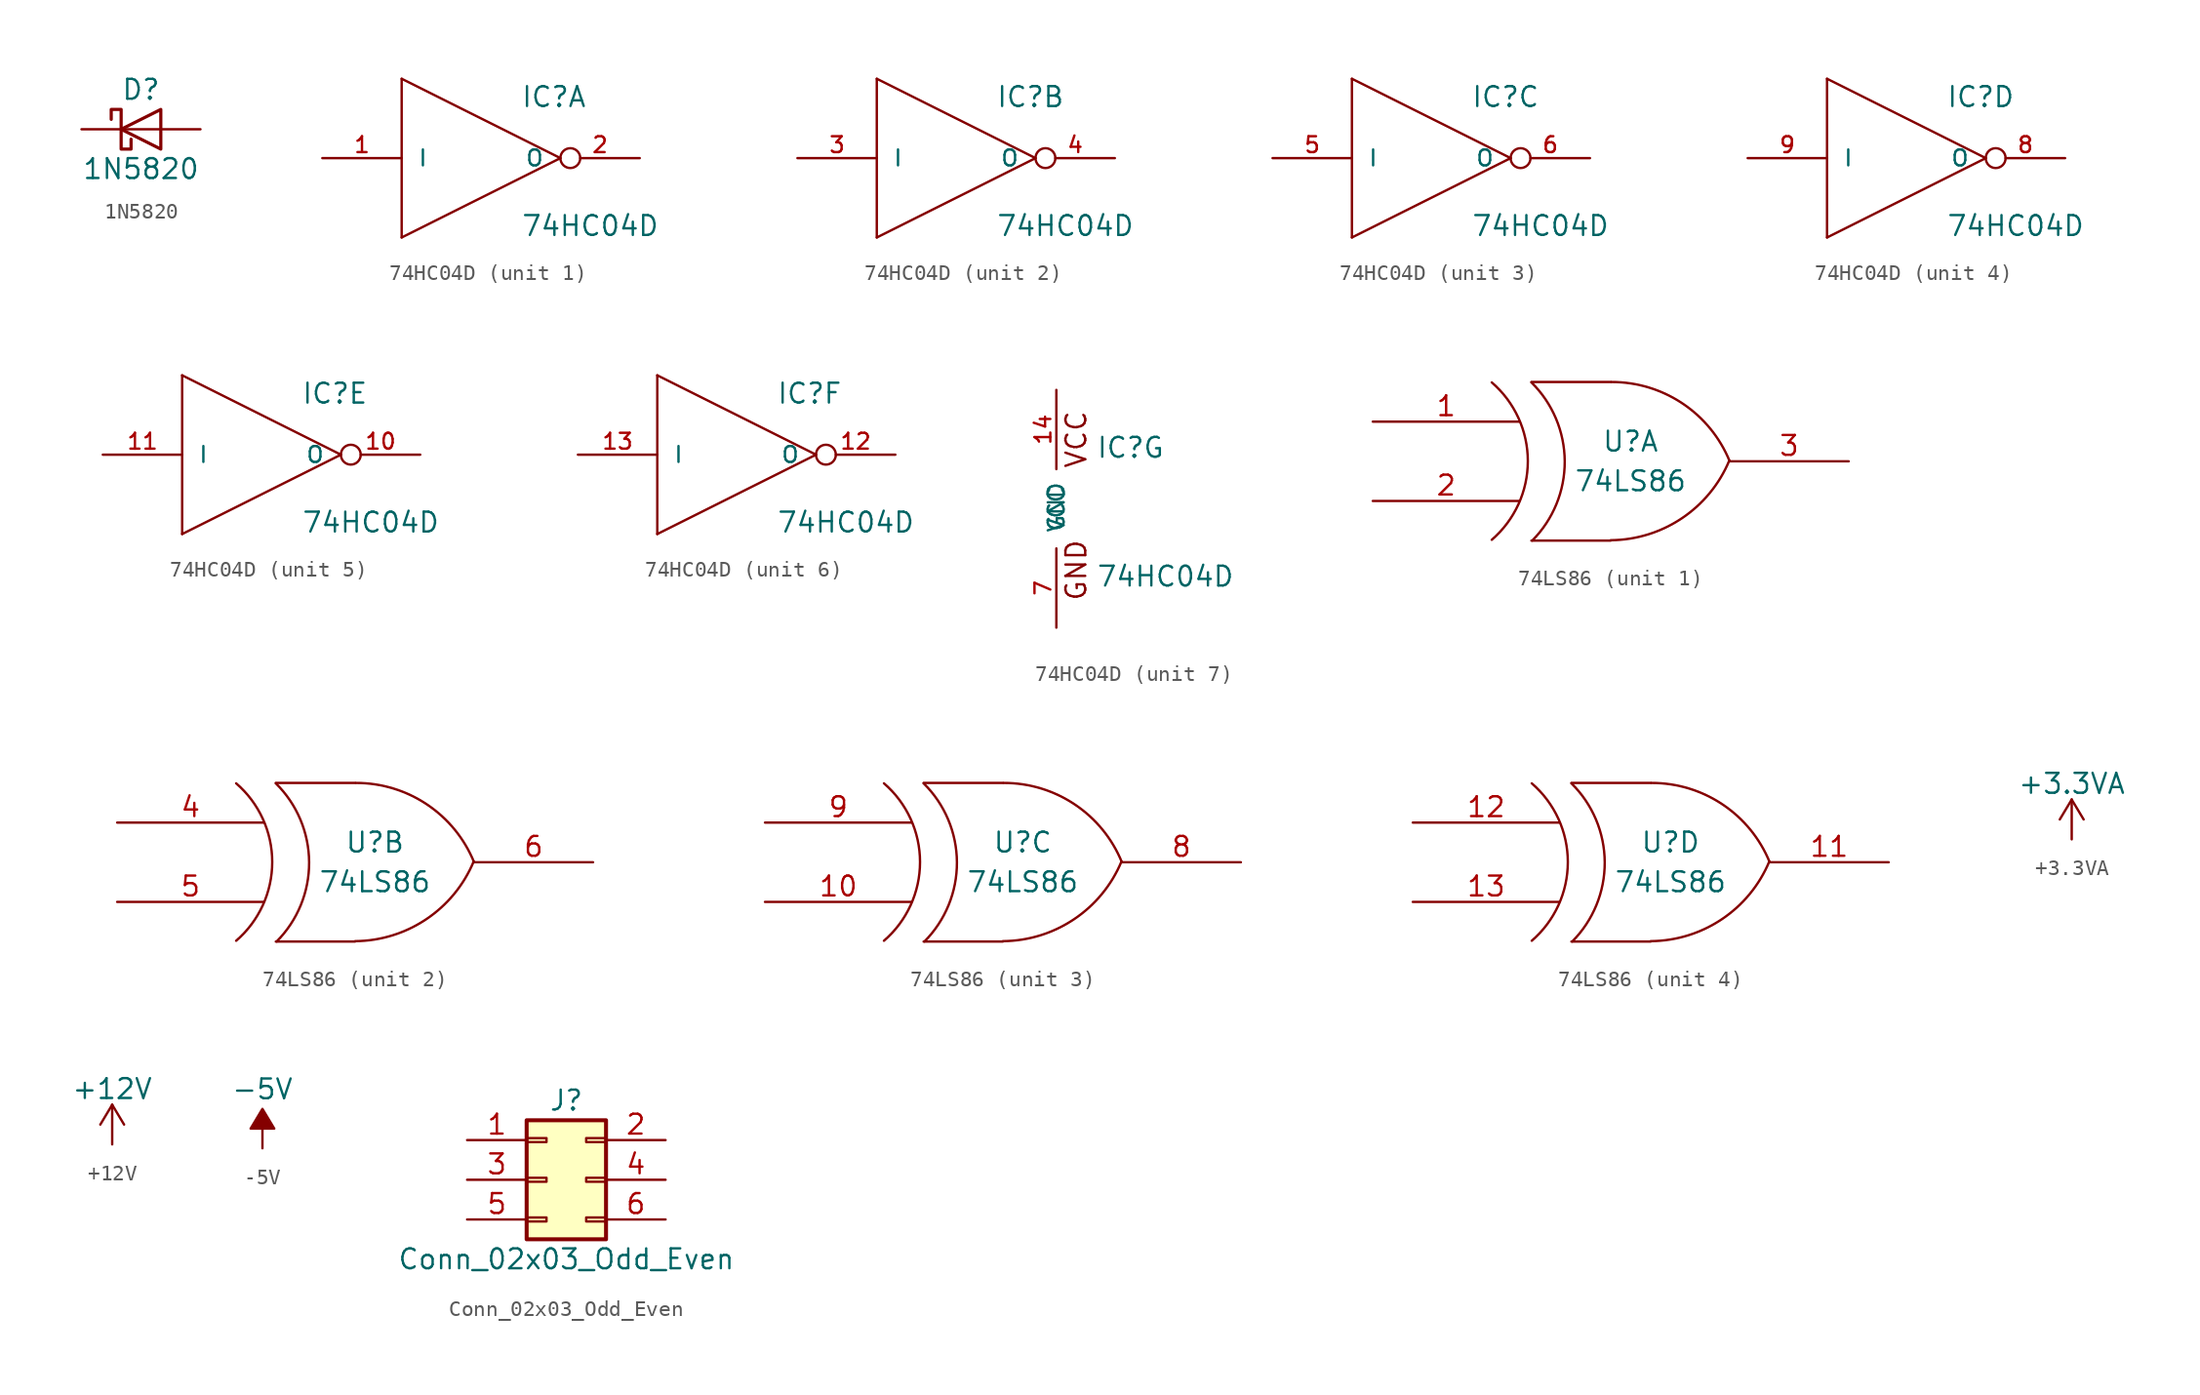
<source format=kicad_sym>
(kicad_symbol_lib
  (version 20231120)
  (generator "kicad_symbol_editor")
  (generator_version "8.0")
  (symbol "1N5820"
    (pin_numbers hide)
    (pin_names
      (offset 1.016) hide)
    (property "Reference" "D"
      (at 0 2.54 0)
      (effects (font (size 1.27 1.27))))
    (property "Value" "1N5820"
      (at 0 -2.54 0)
      (effects (font (size 1.27 1.27))))
    (symbol "1N5820_0_1"
      (polyline (pts (xy 1.27 0) (xy -1.27 0)) (stroke (width 0) (type solid)) (fill (type none)))
      (polyline (pts (xy 1.27 1.27) (xy 1.27 -1.27) (xy -1.27 0) (xy 1.27 1.27)) (stroke (width 0.203) (type solid)) (fill (type none)))
      (polyline (pts (xy -1.905 0.635) (xy -1.905 1.27) (xy -1.27 1.27) (xy -1.27 -1.27) (xy -0.635 -1.27) (xy -0.635 -0.635)) (stroke (width 0.203) (type solid)) (fill (type none))))
    (symbol "1N5820_1_1"
      (pin passive line (at -3.81 0 0) (length 2.54) (name "K" (effects (font (size 1.27 1.27)))) (number "1" (effects (font (size 1.27 1.27)))))
      (pin passive line (at 3.81 0 180) (length 2.54) (name "A" (effects (font (size 1.27 1.27)))) (number "2" (effects (font (size 1.27 1.27)))))))
  (symbol "74HC04D"
    (pin_names
      (offset 1.016))
    (property "Reference" "IC"
      (at 2.54 3.175 0)
      (effects (font (size 1.27 1.27)) (justify left bottom)))
    (property "Value" "74HC04D"
      (at 2.54 -5.08 0)
      (effects (font (size 1.27 1.27)) (justify left bottom)))
    (property "ki_locked" ""
      (at 0 0 0)
      (effects (font (size 1.27 1.27))))
    (symbol "74HC04D_1_0"
      (polyline (pts (xy -5.08 -5.08) (xy -5.08 5.08)) (stroke (width 0) (type solid)) (fill (type none)))
      (polyline (pts (xy -5.08 5.08) (xy 5.08 0)) (stroke (width 0) (type solid)) (fill (type none)))
      (polyline (pts (xy 5.08 0) (xy -5.08 -5.08)) (stroke (width 0) (type solid)) (fill (type none))))
    (symbol "74HC04D_1_1"
      (pin input line (at -10.16 0 0) (length 5.08) (name "I" (effects (font (size 1.016 1.016)))) (number "1" (effects (font (size 1.016 1.016)))))
      (pin output inverted (at 10.16 0 180) (length 5.08) (name "O" (effects (font (size 1.016 1.016)))) (number "2" (effects (font (size 1.016 1.016))))))
    (symbol "74HC04D_2_0"
      (polyline (pts (xy -5.08 -5.08) (xy -5.08 5.08)) (stroke (width 0) (type solid)) (fill (type none)))
      (polyline (pts (xy -5.08 5.08) (xy 5.08 0)) (stroke (width 0) (type solid)) (fill (type none)))
      (polyline (pts (xy 5.08 0) (xy -5.08 -5.08)) (stroke (width 0) (type solid)) (fill (type none))))
    (symbol "74HC04D_2_1"
      (pin input line (at -10.16 0 0) (length 5.08) (name "I" (effects (font (size 1.016 1.016)))) (number "3" (effects (font (size 1.016 1.016)))))
      (pin output inverted (at 10.16 0 180) (length 5.08) (name "O" (effects (font (size 1.016 1.016)))) (number "4" (effects (font (size 1.016 1.016))))))
    (symbol "74HC04D_3_0"
      (polyline (pts (xy -5.08 -5.08) (xy -5.08 5.08)) (stroke (width 0) (type solid)) (fill (type none)))
      (polyline (pts (xy -5.08 5.08) (xy 5.08 0)) (stroke (width 0) (type solid)) (fill (type none)))
      (polyline (pts (xy 5.08 0) (xy -5.08 -5.08)) (stroke (width 0) (type solid)) (fill (type none))))
    (symbol "74HC04D_3_1"
      (pin input line (at -10.16 0 0) (length 5.08) (name "I" (effects (font (size 1.016 1.016)))) (number "5" (effects (font (size 1.016 1.016)))))
      (pin output inverted (at 10.16 0 180) (length 5.08) (name "O" (effects (font (size 1.016 1.016)))) (number "6" (effects (font (size 1.016 1.016))))))
    (symbol "74HC04D_4_0"
      (polyline (pts (xy -5.08 -5.08) (xy -5.08 5.08)) (stroke (width 0) (type solid)) (fill (type none)))
      (polyline (pts (xy -5.08 5.08) (xy 5.08 0)) (stroke (width 0) (type solid)) (fill (type none)))
      (polyline (pts (xy 5.08 0) (xy -5.08 -5.08)) (stroke (width 0) (type solid)) (fill (type none))))
    (symbol "74HC04D_4_1"
      (pin output inverted (at 10.16 0 180) (length 5.08) (name "O" (effects (font (size 1.016 1.016)))) (number "8" (effects (font (size 1.016 1.016)))))
      (pin input line (at -10.16 0 0) (length 5.08) (name "I" (effects (font (size 1.016 1.016)))) (number "9" (effects (font (size 1.016 1.016))))))
    (symbol "74HC04D_5_0"
      (polyline (pts (xy -5.08 -5.08) (xy -5.08 5.08)) (stroke (width 0) (type solid)) (fill (type none)))
      (polyline (pts (xy -5.08 5.08) (xy 5.08 0)) (stroke (width 0) (type solid)) (fill (type none)))
      (polyline (pts (xy 5.08 0) (xy -5.08 -5.08)) (stroke (width 0) (type solid)) (fill (type none))))
    (symbol "74HC04D_5_1"
      (pin output inverted (at 10.16 0 180) (length 5.08) (name "O" (effects (font (size 1.016 1.016)))) (number "10" (effects (font (size 1.016 1.016)))))
      (pin input line (at -10.16 0 0) (length 5.08) (name "I" (effects (font (size 1.016 1.016)))) (number "11" (effects (font (size 1.016 1.016))))))
    (symbol "74HC04D_6_0"
      (polyline (pts (xy -5.08 -5.08) (xy -5.08 5.08)) (stroke (width 0) (type solid)) (fill (type none)))
      (polyline (pts (xy -5.08 5.08) (xy 5.08 0)) (stroke (width 0) (type solid)) (fill (type none)))
      (polyline (pts (xy 5.08 0) (xy -5.08 -5.08)) (stroke (width 0) (type solid)) (fill (type none))))
    (symbol "74HC04D_6_1"
      (pin output inverted (at 10.16 0 180) (length 5.08) (name "O" (effects (font (size 1.016 1.016)))) (number "12" (effects (font (size 1.016 1.016)))))
      (pin input line (at -10.16 0 0) (length 5.08) (name "I" (effects (font (size 1.016 1.016)))) (number "13" (effects (font (size 1.016 1.016))))))
    (symbol "74HC04D_7_0"
      (text "GND" (at 1.27 -3.937 1) (effects (font (size 1.27 1.27))))
      (text "VCC" (at 1.27 4.445 1) (effects (font (size 1.27 1.27)))))
    (symbol "74HC04D_7_1"
      (pin power_in line (at 0 7.62 270) (length 5.08) (name "VCC" (effects (font (size 1.016 1.016)))) (number "14" (effects (font (size 1.016 1.016)))))
      (pin power_in line (at 0 -7.62 90) (length 5.08) (name "GND" (effects (font (size 1.016 1.016)))) (number "7" (effects (font (size 1.016 1.016)))))))
  (symbol "74LS86"
    (pin_names
      (offset 0.762) hide)
    (property "Reference" "U"
      (at 1.27 1.27 0)
      (effects (font (size 1.27 1.27))))
    (property "Value" "74LS86"
      (at 1.27 -1.27 0)
      (effects (font (size 1.27 1.27))))
    (symbol "74LS86_0_0"
      (pin power_in line (at -5.08 5.08 270) (length 0) hide (name "VCC" (effects (font (size 1.016 1.016)))) (number "14" (effects (font (size 1.016 1.016)))))
      (pin power_in line (at -5.08 -5.08 90) (length 0) hide (name "GND" (effects (font (size 1.016 1.016)))) (number "7" (effects (font (size 1.016 1.016))))))
    (symbol "74LS86_0_1"
      (arc (start -7.62 -5.0292) (mid -5.3094 0.0082) (end -7.62 5.0546) (stroke (width 0) (type solid)) (fill (type none)))
      (arc (start -5.0292 -5.08) (mid -2.9462 -0.006) (end -5.08 5.0546) (stroke (width 0) (type solid)) (fill (type none)))
      (arc (start 0 -5.0546) (mid 4.5632 -3.6449) (end 7.5946 0.0508) (stroke (width 0) (type solid)) (fill (type none)))
      (polyline (pts (xy -5.08 -5.08) (xy 0 -5.08)) (stroke (width 0) (type solid)) (fill (type none)))
      (polyline (pts (xy -5.08 5.08) (xy 0 5.08)) (stroke (width 0) (type solid)) (fill (type none)))
      (arc (start 7.62 0) (mid 4.6132 3.6946) (end 0.0508 5.08) (stroke (width 0) (type solid)) (fill (type none))))
    (symbol "74LS86_1_1"
      (pin input line (at -15.24 2.54 0) (length 9.398) (name "IN1" (effects (font (size 1.27 1.27)))) (number "1" (effects (font (size 1.27 1.27)))))
      (pin input line (at -15.24 -2.54 0) (length 9.398) (name "IN2" (effects (font (size 1.27 1.27)))) (number "2" (effects (font (size 1.27 1.27)))))
      (pin output line (at 15.24 0 180) (length 7.62) (name "OUT" (effects (font (size 1.27 1.27)))) (number "3" (effects (font (size 1.27 1.27))))))
    (symbol "74LS86_2_1"
      (pin input line (at -15.24 2.54 0) (length 9.398) (name "IN1" (effects (font (size 1.27 1.27)))) (number "4" (effects (font (size 1.27 1.27)))))
      (pin input line (at -15.24 -2.54 0) (length 9.398) (name "IN2" (effects (font (size 1.27 1.27)))) (number "5" (effects (font (size 1.27 1.27)))))
      (pin output line (at 15.24 0 180) (length 7.62) (name "OUT" (effects (font (size 1.27 1.27)))) (number "6" (effects (font (size 1.27 1.27))))))
    (symbol "74LS86_3_1"
      (pin input line (at -15.24 -2.54 0) (length 9.398) (name "IN2" (effects (font (size 1.27 1.27)))) (number "10" (effects (font (size 1.27 1.27)))))
      (pin output line (at 15.24 0 180) (length 7.62) (name "OUT" (effects (font (size 1.27 1.27)))) (number "8" (effects (font (size 1.27 1.27)))))
      (pin input line (at -15.24 2.54 0) (length 9.398) (name "IN1" (effects (font (size 1.27 1.27)))) (number "9" (effects (font (size 1.27 1.27))))))
    (symbol "74LS86_4_1"
      (pin output line (at 15.24 0 180) (length 7.62) (name "OUT" (effects (font (size 1.27 1.27)))) (number "11" (effects (font (size 1.27 1.27)))))
      (pin input line (at -15.24 2.54 0) (length 9.398) (name "IN1" (effects (font (size 1.27 1.27)))) (number "12" (effects (font (size 1.27 1.27)))))
      (pin input line (at -15.24 -2.54 0) (length 9.398) (name "IN2" (effects (font (size 1.27 1.27)))) (number "13" (effects (font (size 1.27 1.27)))))))
  (symbol "+3.3VA"
    (power)
    (pin_names
      (offset 0))
    (property "Reference" "#PWR"
      (at 0 -3.81 0)
      (effects (font (size 1.27 1.27)) (hide yes)))
    (property "Value" "+3.3VA"
      (at 0 3.556 0)
      (effects (font (size 1.27 1.27))))
    (symbol "+3.3VA_0_1"
      (polyline (pts (xy -0.762 1.27) (xy 0 2.54)) (stroke (width 0) (type solid)) (fill (type none)))
      (polyline (pts (xy 0 0) (xy 0 2.54)) (stroke (width 0) (type solid)) (fill (type none)))
      (polyline (pts (xy 0 2.54) (xy 0.762 1.27)) (stroke (width 0) (type solid)) (fill (type none))))
    (symbol "+3.3VA_1_1"
      (pin power_in line (at 0 0 90) (length 0) hide (name "+3.3VA" (effects (font (size 1.27 1.27)))) (number "1" (effects (font (size 1.27 1.27)))))))
  (symbol "+12V"
    (power)
    (pin_names
      (offset 0))
    (property "Reference" "#PWR"
      (at 0 -3.81 0)
      (effects (font (size 1.27 1.27)) (hide yes)))
    (property "Value" "+12V"
      (at 0 3.556 0)
      (effects (font (size 1.27 1.27))))
    (symbol "+12V_0_1"
      (polyline (pts (xy -0.762 1.27) (xy 0 2.54)) (stroke (width 0) (type solid)) (fill (type none)))
      (polyline (pts (xy 0 0) (xy 0 2.54)) (stroke (width 0) (type solid)) (fill (type none)))
      (polyline (pts (xy 0 2.54) (xy 0.762 1.27)) (stroke (width 0) (type solid)) (fill (type none))))
    (symbol "+12V_1_1"
      (pin power_in line (at 0 0 90) (length 0) hide (name "+12V" (effects (font (size 1.27 1.27)))) (number "1" (effects (font (size 1.27 1.27)))))))
  (symbol "-5V"
    (pin_names
      (offset 0))
    (property "Reference" "#PWR"
      (at 0 2.54 0)
      (effects (font (size 1.27 1.27)) (hide yes)))
    (property "Value" "-5V"
      (at 0 3.81 0)
      (effects (font (size 1.27 1.27))))
    (symbol "-5V_0_0"
      (pin power_in line (at 0 0 90) (length 0) hide (name "-5V" (effects (font (size 1.27 1.27)))) (number "1" (effects (font (size 1.27 1.27))))))
    (symbol "-5V_0_1"
      (polyline (pts (xy 0 0) (xy 0 1.27) (xy 0.762 1.27) (xy 0 2.54) (xy -0.762 1.27) (xy 0 1.27)) (stroke (width 0) (type solid)) (fill (type outline)))))
  (symbol "Conn_02x03_Odd_Even"
    (pin_names
      (offset 1.016) hide)
    (property "Reference" "J"
      (at 1.27 5.08 0)
      (effects (font (size 1.27 1.27))))
    (property "Value" "Conn_02x03_Odd_Even"
      (at 1.27 -5.08 0)
      (effects (font (size 1.27 1.27))))
    (symbol "Conn_02x03_Odd_Even_1_1"
      (rectangle (start -1.27 -2.413) (end 0 -2.667) (stroke (width 0.152) (type solid)) (fill (type none)))
      (rectangle (start -1.27 0.127) (end 0 -0.127) (stroke (width 0.152) (type solid)) (fill (type none)))
      (rectangle (start -1.27 2.667) (end 0 2.413) (stroke (width 0.152) (type solid)) (fill (type none)))
      (rectangle (start -1.27 3.81) (end 3.81 -3.81) (stroke (width 0.254) (type solid)) (fill (type background)))
      (rectangle (start 3.81 -2.413) (end 2.54 -2.667) (stroke (width 0.152) (type solid)) (fill (type none)))
      (rectangle (start 3.81 0.127) (end 2.54 -0.127) (stroke (width 0.152) (type solid)) (fill (type none)))
      (rectangle (start 3.81 2.667) (end 2.54 2.413) (stroke (width 0.152) (type solid)) (fill (type none)))
      (pin passive line (at -5.08 2.54 0) (length 3.81) (name "Pin_1" (effects (font (size 1.27 1.27)))) (number "1" (effects (font (size 1.27 1.27)))))
      (pin passive line (at 7.62 2.54 180) (length 3.81) (name "Pin_2" (effects (font (size 1.27 1.27)))) (number "2" (effects (font (size 1.27 1.27)))))
      (pin passive line (at -5.08 0 0) (length 3.81) (name "Pin_3" (effects (font (size 1.27 1.27)))) (number "3" (effects (font (size 1.27 1.27)))))
      (pin passive line (at 7.62 0 180) (length 3.81) (name "Pin_4" (effects (font (size 1.27 1.27)))) (number "4" (effects (font (size 1.27 1.27)))))
      (pin passive line (at -5.08 -2.54 0) (length 3.81) (name "Pin_5" (effects (font (size 1.27 1.27)))) (number "5" (effects (font (size 1.27 1.27)))))
      (pin passive line (at 7.62 -2.54 180) (length 3.81) (name "Pin_6" (effects (font (size 1.27 1.27)))) (number "6" (effects (font (size 1.27 1.27))))))))
</source>
